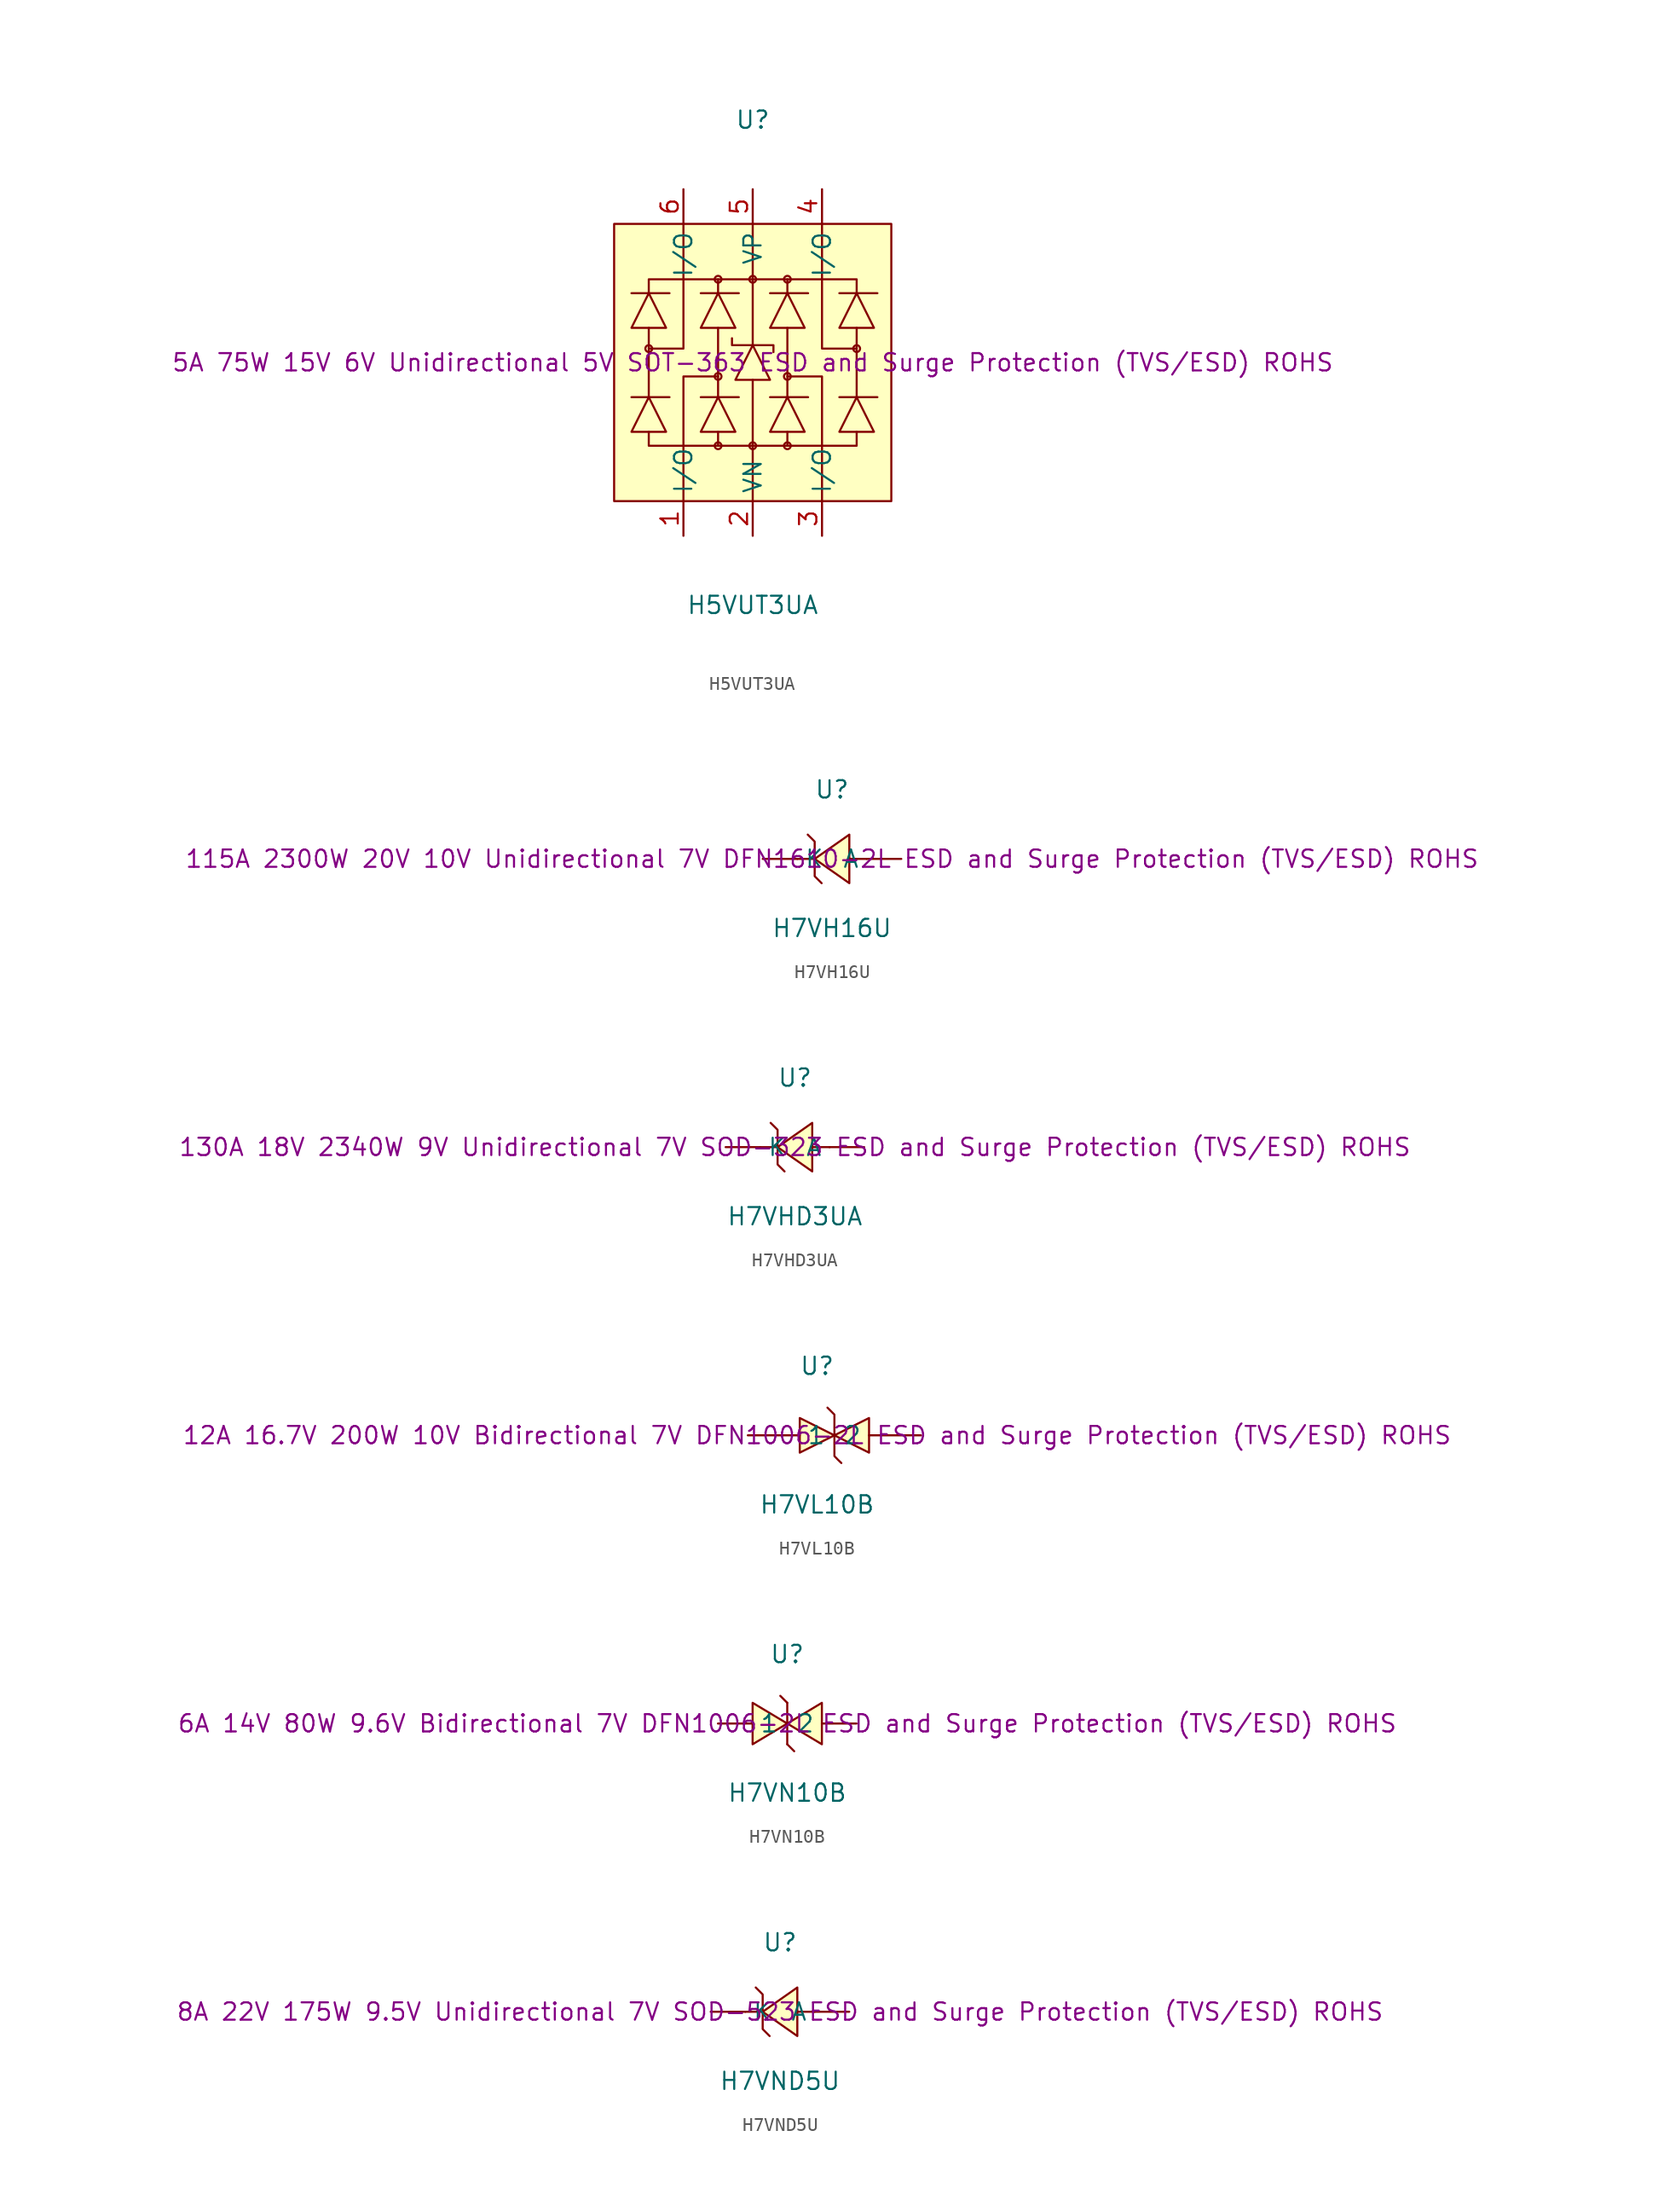
<source format=kicad_sym>
(kicad_symbol_lib
  (version 20241209)
  (generator "kicad_symbol_editor")
  (generator_version "9.0")
  (symbol "H5VUT3UA"
    (property "Reference" "U"
      (at 0 17.78 0)
      (effects (font (size 1.27 1.27))))
    (property "Value" "H5VUT3UA"
      (at 0 -17.78 0)
      (effects (font (size 1.27 1.27))))
    (property "Description" "5A 75W 15V 6V Unidirectional 5V SOT-363 ESD and Surge Protection (TVS/ESD) ROHS"
      (at 0 0 0)
      (effects (font (size 1.27 1.27))))
    (symbol "H5VUT3UA_0_1"
      (rectangle (start -10.16 10.16) (end 10.16 -10.16) (stroke (width 0) (type default)) (fill (type background)))
      (polyline (pts (xy -8.89 2.54) (xy -7.62 5.08) (xy -6.35 2.54) (xy -8.89 2.54)) (stroke (width 0) (type default)) (fill (type background)))
      (polyline (pts (xy -8.89 -5.08) (xy -7.62 -2.54) (xy -6.35 -5.08) (xy -8.89 -5.08)) (stroke (width 0) (type default)) (fill (type background)))
      (polyline (pts (xy -7.62 5.08) (xy -7.62 6.1) (xy 7.62 6.1) (xy 7.62 5.08)) (stroke (width 0) (type default)) (fill (type none)))
      (polyline (pts (xy -7.62 2.54) (xy -7.62 -2.54)) (stroke (width 0) (type default)) (fill (type none)))
      (circle (center -7.62 1.02) (radius 0.25) (stroke (width 0) (type default)) (fill (type none)))
      (polyline (pts (xy -7.62 1.02) (xy -5.08 1.02) (xy -5.08 10.16)) (stroke (width 0) (type default)) (fill (type none)))
      (polyline (pts (xy -7.62 -5.08) (xy -7.62 -6.1) (xy 7.62 -6.1) (xy 7.62 -5.08)) (stroke (width 0) (type default)) (fill (type none)))
      (polyline (pts (xy -6.1 5.08) (xy -8.89 5.08)) (stroke (width 0) (type default)) (fill (type none)))
      (polyline (pts (xy -6.1 -2.54) (xy -8.89 -2.54)) (stroke (width 0) (type default)) (fill (type none)))
      (polyline (pts (xy -3.81 2.54) (xy -2.54 5.08) (xy -1.27 2.54) (xy -3.81 2.54)) (stroke (width 0) (type default)) (fill (type background)))
      (polyline (pts (xy -3.81 -5.08) (xy -2.54 -2.54) (xy -1.27 -5.08) (xy -3.81 -5.08)) (stroke (width 0) (type default)) (fill (type background)))
      (circle (center -2.54 6.1) (radius 0.25) (stroke (width 0) (type default)) (fill (type none)))
      (polyline (pts (xy -2.54 5.08) (xy -2.54 6.1)) (stroke (width 0) (type default)) (fill (type none)))
      (polyline (pts (xy -2.54 2.54) (xy -2.54 -2.54)) (stroke (width 0) (type default)) (fill (type none)))
      (circle (center -2.54 -1.02) (radius 0.25) (stroke (width 0) (type default)) (fill (type none)))
      (polyline (pts (xy -2.54 -1.02) (xy -5.08 -1.02) (xy -5.08 -10.16)) (stroke (width 0) (type default)) (fill (type none)))
      (polyline (pts (xy -2.54 -5.08) (xy -2.54 -6.1)) (stroke (width 0) (type default)) (fill (type none)))
      (circle (center -2.54 -6.1) (radius 0.25) (stroke (width 0) (type default)) (fill (type none)))
      (polyline (pts (xy -1.02 5.08) (xy -3.81 5.08)) (stroke (width 0) (type default)) (fill (type none)))
      (polyline (pts (xy -1.02 -2.54) (xy -3.81 -2.54)) (stroke (width 0) (type default)) (fill (type none)))
      (polyline (pts (xy 0 7.62) (xy 0 10.16)) (stroke (width 0) (type default)) (fill (type none)))
      (circle (center 0 6.1) (radius 0.25) (stroke (width 0) (type default)) (fill (type none)))
      (polyline (pts (xy 0 1.27) (xy 0 7.62)) (stroke (width 0) (type default)) (fill (type none)))
      (polyline (pts (xy 0 -1.27) (xy 0 -10.16)) (stroke (width 0) (type default)) (fill (type none)))
      (circle (center 0 -6.1) (radius 0.25) (stroke (width 0) (type default)) (fill (type none)))
      (polyline (pts (xy 1.27 2.54) (xy 2.54 5.08) (xy 3.81 2.54) (xy 1.27 2.54)) (stroke (width 0) (type default)) (fill (type background)))
      (polyline (pts (xy 1.27 -1.27) (xy 0 1.27) (xy -1.27 -1.27) (xy 1.27 -1.27)) (stroke (width 0) (type default)) (fill (type background)))
      (polyline (pts (xy 1.27 -5.08) (xy 2.54 -2.54) (xy 3.81 -5.08) (xy 1.27 -5.08)) (stroke (width 0) (type default)) (fill (type background)))
      (polyline (pts (xy 1.52 0.76) (xy 1.52 0.76) (xy 1.52 1.27) (xy -1.52 1.27) (xy -1.52 1.78) (xy -1.52 1.78)) (stroke (width 0) (type default)) (fill (type none)))
      (circle (center 2.54 6.1) (radius 0.25) (stroke (width 0) (type default)) (fill (type none)))
      (polyline (pts (xy 2.54 5.08) (xy 2.54 6.1)) (stroke (width 0) (type default)) (fill (type none)))
      (polyline (pts (xy 2.54 2.54) (xy 2.54 -2.54)) (stroke (width 0) (type default)) (fill (type none)))
      (polyline (pts (xy 2.54 -1.02) (xy 5.08 -1.02) (xy 5.08 -10.16)) (stroke (width 0) (type default)) (fill (type none)))
      (circle (center 2.54 -1.02) (radius 0.25) (stroke (width 0) (type default)) (fill (type none)))
      (polyline (pts (xy 2.54 -5.08) (xy 2.54 -6.1)) (stroke (width 0) (type default)) (fill (type none)))
      (circle (center 2.54 -6.1) (radius 0.25) (stroke (width 0) (type default)) (fill (type none)))
      (polyline (pts (xy 4.06 5.08) (xy 1.27 5.08)) (stroke (width 0) (type default)) (fill (type none)))
      (polyline (pts (xy 4.06 -2.54) (xy 1.27 -2.54)) (stroke (width 0) (type default)) (fill (type none)))
      (polyline (pts (xy 6.35 2.54) (xy 7.62 5.08) (xy 8.89 2.54) (xy 6.35 2.54)) (stroke (width 0) (type default)) (fill (type background)))
      (polyline (pts (xy 6.35 -5.08) (xy 7.62 -2.54) (xy 8.89 -5.08) (xy 6.35 -5.08)) (stroke (width 0) (type default)) (fill (type background)))
      (polyline (pts (xy 7.62 2.54) (xy 7.62 -2.54)) (stroke (width 0) (type default)) (fill (type none)))
      (polyline (pts (xy 7.62 1.02) (xy 5.08 1.02) (xy 5.08 10.16)) (stroke (width 0) (type default)) (fill (type none)))
      (circle (center 7.62 1.02) (radius 0.25) (stroke (width 0) (type default)) (fill (type none)))
      (polyline (pts (xy 9.14 5.08) (xy 6.35 5.08)) (stroke (width 0) (type default)) (fill (type none)))
      (polyline (pts (xy 9.14 -2.54) (xy 6.35 -2.54)) (stroke (width 0) (type default)) (fill (type none)))
      (pin unspecified line (at -5.08 12.7 270) (length 2.54) (name "I/O" (effects (font (size 1.27 1.27)))) (number "6" (effects (font (size 1.27 1.27)))))
      (pin unspecified line (at -5.08 -12.7 90) (length 2.54) (name "I/O" (effects (font (size 1.27 1.27)))) (number "1" (effects (font (size 1.27 1.27)))))
      (pin unspecified line (at 0 12.7 270) (length 2.54) (name "VP" (effects (font (size 1.27 1.27)))) (number "5" (effects (font (size 1.27 1.27)))))
      (pin unspecified line (at 0 -12.7 90) (length 2.54) (name "VN" (effects (font (size 1.27 1.27)))) (number "2" (effects (font (size 1.27 1.27)))))
      (pin unspecified line (at 5.08 12.7 270) (length 2.54) (name "I/O" (effects (font (size 1.27 1.27)))) (number "4" (effects (font (size 1.27 1.27)))))
      (pin unspecified line (at 5.08 -12.7 90) (length 2.54) (name "I/O" (effects (font (size 1.27 1.27)))) (number "3" (effects (font (size 1.27 1.27)))))))
  (symbol "H7VH16U"
    (pin_numbers
      (hide yes))
    (property "Reference" "U"
      (at 0 5.08 0)
      (effects (font (size 1.27 1.27))))
    (property "Value" "H7VH16U"
      (at 0 -5.08 0)
      (effects (font (size 1.27 1.27))))
    (property "Description" "115A 2300W 20V 10V Unidirectional 7V DFN1610-2L ESD and Surge Protection (TVS/ESD) ROHS"
      (at 0 0 0)
      (effects (font (size 1.27 1.27))))
    (symbol "H7VH16U_0_1"
      (polyline (pts (xy -1.78 1.78) (xy -1.27 1.27) (xy -1.27 -1.27) (xy -0.76 -1.78)) (stroke (width 0) (type default)) (fill (type none)))
      (polyline (pts (xy -1.27 0) (xy -2.54 0)) (stroke (width 0) (type default)) (fill (type none)))
      (polyline (pts (xy 1.27 1.78) (xy -1.27 0) (xy 1.27 -1.78) (xy 1.27 1.78)) (stroke (width 0) (type default)) (fill (type background)))
      (polyline (pts (xy 2.54 0) (xy 1.27 0)) (stroke (width 0) (type default)) (fill (type none)))
      (pin unspecified line (at -5.08 0 0) (length 2.54) (name "K" (effects (font (size 1.27 1.27)))) (number "1" (effects (font (size 1.27 1.27)))))
      (pin unspecified line (at 5.08 0 180) (length 2.54) (name "A" (effects (font (size 1.27 1.27)))) (number "2" (effects (font (size 1.27 1.27)))))))
  (symbol "H7VHD3UA"
    (pin_numbers
      (hide yes))
    (property "Reference" "U"
      (at 0 5.08 0)
      (effects (font (size 1.27 1.27))))
    (property "Value" "H7VHD3UA"
      (at 0 -5.08 0)
      (effects (font (size 1.27 1.27))))
    (property "Description" "130A 18V 2340W 9V Unidirectional 7V SOD-323 ESD and Surge Protection (TVS/ESD) ROHS"
      (at 0 0 0)
      (effects (font (size 1.27 1.27))))
    (symbol "H7VHD3UA_0_1"
      (polyline (pts (xy -1.78 1.78) (xy -1.27 1.27) (xy -1.27 -1.27) (xy -0.76 -1.78)) (stroke (width 0) (type default)) (fill (type none)))
      (polyline (pts (xy -1.27 0) (xy -2.54 0)) (stroke (width 0) (type default)) (fill (type none)))
      (polyline (pts (xy 1.27 1.78) (xy -1.27 0) (xy 1.27 -1.78) (xy 1.27 1.78)) (stroke (width 0) (type default)) (fill (type background)))
      (polyline (pts (xy 2.54 0) (xy 1.27 0)) (stroke (width 0) (type default)) (fill (type none)))
      (pin unspecified line (at -5.08 0 0) (length 2.54) (name "K" (effects (font (size 1.27 1.27)))) (number "1" (effects (font (size 1.27 1.27)))))
      (pin unspecified line (at 5.08 0 180) (length 2.54) (name "A" (effects (font (size 1.27 1.27)))) (number "2" (effects (font (size 1.27 1.27)))))))
  (symbol "H7VL10B"
    (pin_numbers
      (hide yes))
    (property "Reference" "U"
      (at 0 5.08 0)
      (effects (font (size 1.27 1.27))))
    (property "Value" "H7VL10B"
      (at 0 -5.08 0)
      (effects (font (size 1.27 1.27))))
    (property "Description" "12A 16.7V 200W 10V Bidirectional 7V DFN1006-2L ESD and Surge Protection (TVS/ESD) ROHS"
      (at 0 0 0)
      (effects (font (size 1.27 1.27))))
    (symbol "H7VL10B_0_1"
      (polyline (pts (xy -1.27 1.27) (xy 1.27 0) (xy -1.27 -1.27) (xy -1.27 1.27)) (stroke (width 0) (type default)) (fill (type background)))
      (polyline (pts (xy 0.76 2.03) (xy 0.76 2.03) (xy 1.27 1.52) (xy 1.27 -1.52) (xy 1.52 -1.78) (xy 1.78 -2.03)) (stroke (width 0) (type default)) (fill (type none)))
      (polyline (pts (xy 3.81 1.27) (xy 1.27 0) (xy 3.81 -1.27) (xy 3.81 1.27)) (stroke (width 0) (type default)) (fill (type background)))
      (pin unspecified line (at -5.08 0 0) (length 3.81) (name "1" (effects (font (size 1.27 1.27)))) (number "1" (effects (font (size 1.27 1.27)))))
      (pin unspecified line (at 7.62 0 180) (length 3.81) (name "2" (effects (font (size 1.27 1.27)))) (number "2" (effects (font (size 1.27 1.27)))))))
  (symbol "H7VN10B"
    (pin_numbers
      (hide yes))
    (property "Reference" "U"
      (at 0 5.08 0)
      (effects (font (size 1.27 1.27))))
    (property "Value" "H7VN10B"
      (at 0 -5.08 0)
      (effects (font (size 1.27 1.27))))
    (property "Description" "6A 14V 80W 9.6V Bidirectional 7V DFN1006-2L ESD and Surge Protection (TVS/ESD) ROHS"
      (at 0 0 0)
      (effects (font (size 1.27 1.27))))
    (symbol "H7VN10B_0_1"
      (polyline (pts (xy -2.54 1.52) (xy 0 0) (xy -2.54 -1.52) (xy -2.54 1.52)) (stroke (width 0) (type default)) (fill (type background)))
      (polyline (pts (xy 0 1.52) (xy -0.51 2.03) (xy 0 1.52)) (stroke (width 0) (type default)) (fill (type background)))
      (polyline (pts (xy 0 -1.52) (xy 0 1.52)) (stroke (width 0) (type default)) (fill (type none)))
      (polyline (pts (xy 0 -1.52) (xy 0.51 -2.03) (xy 0 -1.52)) (stroke (width 0) (type default)) (fill (type background)))
      (polyline (pts (xy 2.54 1.52) (xy 0 0) (xy 2.54 -1.52) (xy 2.54 1.52)) (stroke (width 0) (type default)) (fill (type background)))
      (pin unspecified line (at -5.08 0 0) (length 2.54) (name "1" (effects (font (size 1.27 1.27)))) (number "1" (effects (font (size 1.27 1.27)))))
      (pin unspecified line (at 5.08 0 180) (length 2.54) (name "2" (effects (font (size 1.27 1.27)))) (number "2" (effects (font (size 1.27 1.27)))))))
  (symbol "H7VND5U"
    (pin_numbers
      (hide yes))
    (property "Reference" "U"
      (at 0 5.08 0)
      (effects (font (size 1.27 1.27))))
    (property "Value" "H7VND5U"
      (at 0 -5.08 0)
      (effects (font (size 1.27 1.27))))
    (property "Description" "8A 22V 175W 9.5V Unidirectional 7V SOD-523 ESD and Surge Protection (TVS/ESD) ROHS"
      (at 0 0 0)
      (effects (font (size 1.27 1.27))))
    (symbol "H7VND5U_0_1"
      (polyline (pts (xy -1.78 1.78) (xy -1.27 1.27) (xy -1.27 -1.27) (xy -0.76 -1.78)) (stroke (width 0) (type default)) (fill (type none)))
      (polyline (pts (xy -1.27 0) (xy -2.54 0)) (stroke (width 0) (type default)) (fill (type none)))
      (polyline (pts (xy 1.27 1.78) (xy -1.27 0) (xy 1.27 -1.78) (xy 1.27 1.78)) (stroke (width 0) (type default)) (fill (type background)))
      (polyline (pts (xy 2.54 0) (xy 1.27 0)) (stroke (width 0) (type default)) (fill (type none)))
      (pin unspecified line (at -5.08 0 0) (length 2.54) (name "K" (effects (font (size 1.27 1.27)))) (number "1" (effects (font (size 1.27 1.27)))))
      (pin unspecified line (at 5.08 0 180) (length 2.54) (name "A" (effects (font (size 1.27 1.27)))) (number "2" (effects (font (size 1.27 1.27))))))))
</source>
